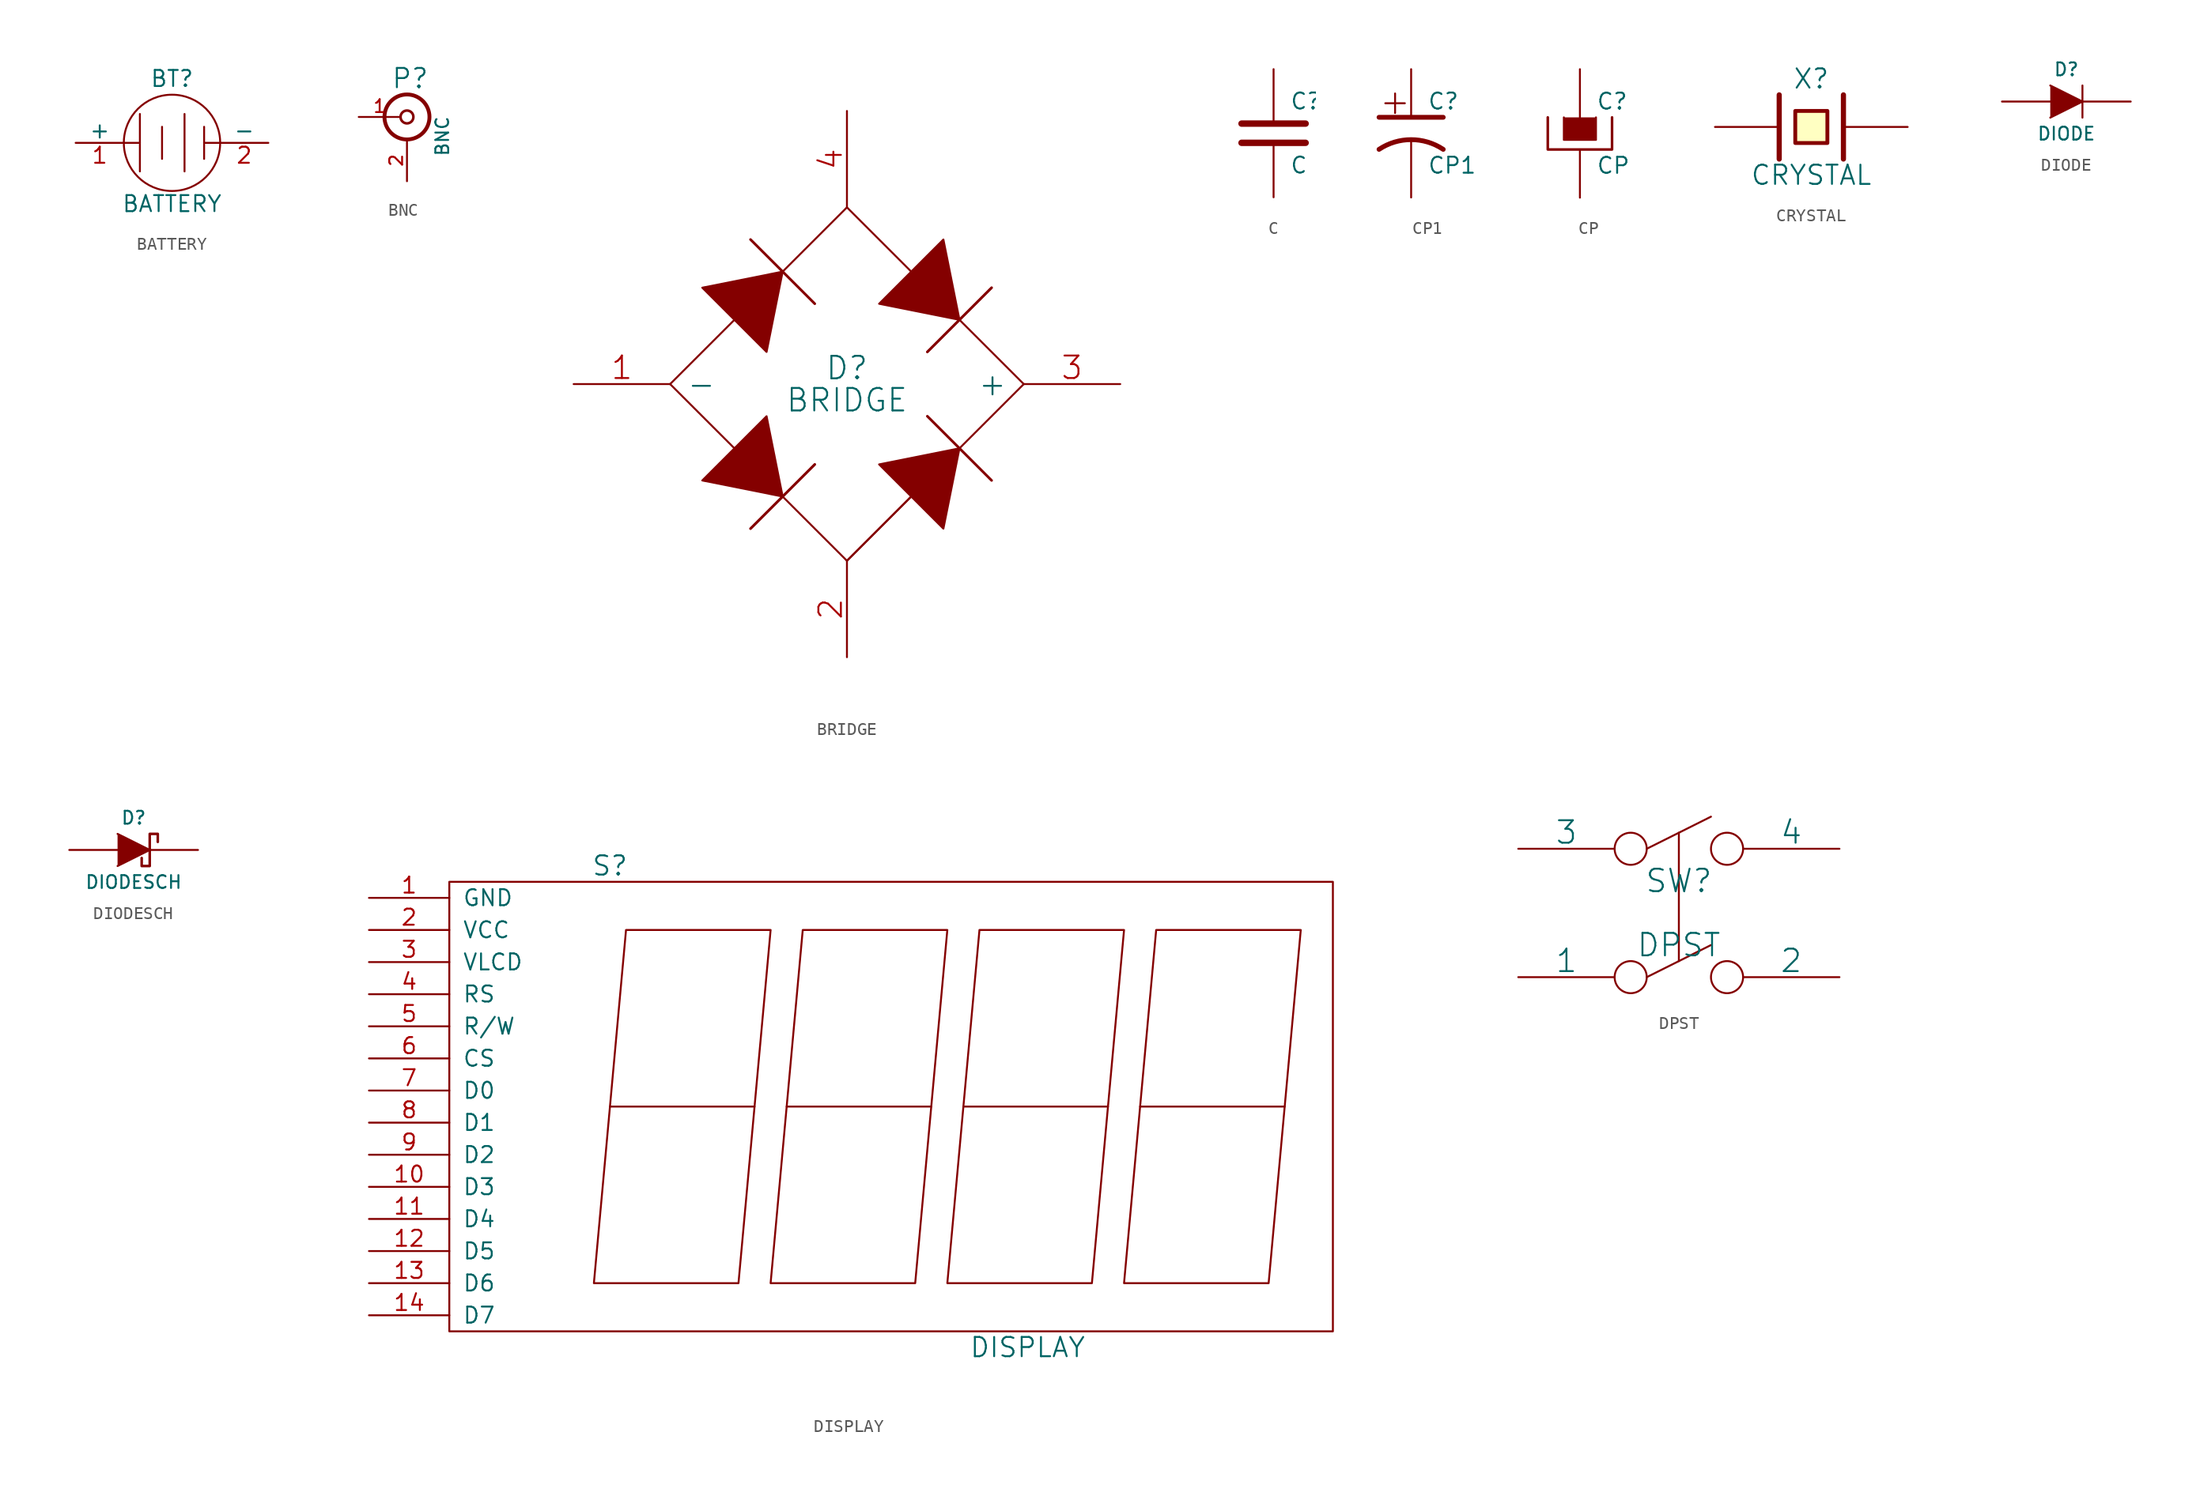
<source format=kicad_sym>
(kicad_symbol_lib
  (version 20220914)
  (generator kicad_symbol_editor)
  (symbol "BATTERY"
    (pin_names
      (offset 0))
    (property "Reference" "BT"
      (at 0 5.08 0)
      (effects (font (size 1.27 1.27))))
    (property "Value" "BATTERY"
      (at 0 -4.826 0)
      (effects (font (size 1.27 1.27))))
    (symbol "BATTERY_0_1"
      (polyline (pts (xy -2.54 0) (xy -3.81 0)) (stroke (width 0) (type solid)) (fill (type none)))
      (polyline (pts (xy -2.54 2.286) (xy -2.54 -2.261)) (stroke (width 0.152) (type solid)) (fill (type none)))
      (polyline (pts (xy -0.787 1.27) (xy -0.787 -1.27)) (stroke (width 0.152) (type solid)) (fill (type none)))
      (polyline (pts (xy 0.991 2.286) (xy 0.991 -2.261)) (stroke (width 0.152) (type solid)) (fill (type none)))
      (polyline (pts (xy 2.54 0) (xy 3.81 0)) (stroke (width 0) (type solid)) (fill (type none)))
      (polyline (pts (xy 2.54 1.27) (xy 2.54 -1.27)) (stroke (width 0.152) (type solid)) (fill (type none)))
      (circle (center 0 0) (radius 3.81) (stroke (width 0.152) (type solid)) (fill (type none))))
    (symbol "BATTERY_1_1"
      (pin passive line (at -7.62 0 0) (length 3.81) (name "+" (effects (font (size 1.27 1.27)))) (number "1" (effects (font (size 1.27 1.27)))))
      (pin passive line (at 7.62 0 180) (length 3.81) (name "-" (effects (font (size 1.27 1.27)))) (number "2" (effects (font (size 1.27 1.27)))))))
  (symbol "BNC"
    (pin_names
      (offset 1.016) hide)
    (property "Reference" "P"
      (at 0.254 3.048 0)
      (effects (font (size 1.524 1.524))))
    (property "Value" "BNC"
      (at 2.794 -1.524 90)
      (effects (font (size 1.016 1.016))))
    (symbol "BNC_0_1"
      (circle (center 0 0) (radius 0.508) (stroke (width 0.203) (type solid)) (fill (type none)))
      (circle (center 0 0) (radius 1.778) (stroke (width 0.305) (type solid)) (fill (type none))))
    (symbol "BNC_1_1"
      (pin passive line (at -3.81 0 0) (length 3.302) (name "In" (effects (font (size 1.016 1.016)))) (number "1" (effects (font (size 1.016 1.016)))))
      (pin passive line (at 0 -5.08 90) (length 3.302) (name "Ext" (effects (font (size 1.016 1.016)))) (number "2" (effects (font (size 1.016 1.016)))))))
  (symbol "BRIDGE"
    (pin_names
      (offset 1.27))
    (property "Reference" "D"
      (at 0 1.27 0)
      (effects (font (size 1.778 1.778))))
    (property "Value" "BRIDGE"
      (at 0 -1.27 0)
      (effects (font (size 1.778 1.778))))
    (symbol "BRIDGE_0_0"
      (polyline (pts (xy -13.97 0) (xy -8.89 -5.08)) (stroke (width 0.152) (type solid)) (fill (type none)))
      (polyline (pts (xy -13.97 0) (xy -8.89 5.08)) (stroke (width 0.152) (type solid)) (fill (type none)))
      (polyline (pts (xy -7.62 11.43) (xy -2.54 6.35)) (stroke (width 0.203) (type solid)) (fill (type none)))
      (polyline (pts (xy -2.54 -6.35) (xy -7.62 -11.43)) (stroke (width 0) (type solid)) (fill (type none)))
      (polyline (pts (xy -2.54 -6.35) (xy -7.62 -11.43)) (stroke (width 0.203) (type solid)) (fill (type none)))
      (polyline (pts (xy 0 -13.97) (xy 5.08 -8.89)) (stroke (width 0) (type solid)) (fill (type none)))
      (polyline (pts (xy 0 -13.97) (xy 5.08 -8.89)) (stroke (width 0.152) (type solid)) (fill (type none)))
      (polyline (pts (xy 0 13.97) (xy 5.08 8.89)) (stroke (width 0.152) (type solid)) (fill (type none)))
      (polyline (pts (xy 6.35 -2.54) (xy 11.43 -7.62)) (stroke (width 0.203) (type solid)) (fill (type none)))
      (polyline (pts (xy 8.89 5.08) (xy 13.97 0)) (stroke (width 0.152) (type solid)) (fill (type none)))
      (polyline (pts (xy 11.43 7.62) (xy 6.35 2.54)) (stroke (width 0) (type solid)) (fill (type none)))
      (polyline (pts (xy 11.43 7.62) (xy 6.35 2.54)) (stroke (width 0.203) (type solid)) (fill (type none)))
      (polyline (pts (xy 13.97 0) (xy 8.89 -5.08)) (stroke (width 0.152) (type solid)) (fill (type none)))
      (polyline (pts (xy -11.43 7.62) (xy -5.08 8.89) (xy -6.35 2.54) (xy -11.43 7.62) (xy -11.43 7.62)) (stroke (width 0) (type solid)) (fill (type outline)))
      (polyline (pts (xy -6.35 -2.54) (xy -5.08 -8.89) (xy -11.43 -7.62) (xy -6.35 -2.54) (xy -6.35 -2.54)) (stroke (width 0) (type solid)) (fill (type outline)))
      (polyline (pts (xy 2.54 -6.35) (xy 8.89 -5.08) (xy 7.62 -11.43) (xy 2.54 -6.35) (xy 2.54 -6.35)) (stroke (width 0) (type solid)) (fill (type outline)))
      (polyline (pts (xy 7.62 11.43) (xy 8.89 5.08) (xy 2.54 6.35) (xy 7.62 11.43) (xy 7.62 11.43)) (stroke (width 0) (type solid)) (fill (type outline))))
    (symbol "BRIDGE_0_1"
      (polyline (pts (xy -5.08 -8.89) (xy 0 -13.97)) (stroke (width 0.152) (type solid)) (fill (type none)))
      (polyline (pts (xy -5.08 8.89) (xy 0 13.97)) (stroke (width 0.152) (type solid)) (fill (type none))))
    (symbol "BRIDGE_1_1"
      (pin input line (at -21.59 0 0) (length 7.62) (name "-" (effects (font (size 1.778 1.778)))) (number "1" (effects (font (size 1.778 1.778)))))
      (pin input line (at 0 -21.59 90) (length 7.62) (name "~" (effects (font (size 1.778 1.778)))) (number "2" (effects (font (size 1.778 1.778)))))
      (pin input line (at 21.59 0 180) (length 7.62) (name "+" (effects (font (size 1.778 1.778)))) (number "3" (effects (font (size 1.778 1.778)))))
      (pin input line (at 0 21.59 270) (length 7.62) (name "~" (effects (font (size 1.778 1.778)))) (number "4" (effects (font (size 1.778 1.778)))))))
  (symbol "C"
    (pin_numbers hide)
    (pin_names
      (offset 0.254))
    (property "Reference" "C"
      (at 1.27 2.54 0)
      (effects (font (size 1.27 1.27)) (justify left)))
    (property "Value" "C"
      (at 1.27 -2.54 0)
      (effects (font (size 1.27 1.27)) (justify left)))
    (symbol "C_0_1"
      (polyline (pts (xy -2.54 -0.762) (xy 2.54 -0.762)) (stroke (width 0.508) (type solid)) (fill (type none)))
      (polyline (pts (xy -2.54 0.762) (xy 2.54 0.762)) (stroke (width 0.508) (type solid)) (fill (type none))))
    (symbol "C_1_1"
      (pin passive line (at 0 5.08 270) (length 4.318) (name "~" (effects (font (size 1.016 1.016)))) (number "1" (effects (font (size 1.016 1.016)))))
      (pin passive line (at 0 -5.08 90) (length 4.318) (name "~" (effects (font (size 1.016 1.016)))) (number "2" (effects (font (size 1.016 1.016)))))))
  (symbol "CP1"
    (pin_numbers hide)
    (pin_names
      (offset 0.254) hide)
    (property "Reference" "C"
      (at 1.27 2.54 0)
      (effects (font (size 1.27 1.27)) (justify left)))
    (property "Value" "CP1"
      (at 1.27 -2.54 0)
      (effects (font (size 1.27 1.27)) (justify left)))
    (symbol "CP1_0_0"
      (text "+" (at -1.27 2.54 0) (effects (font (size 2.032 2.032)))))
    (symbol "CP1_0_1"
      (polyline (pts (xy -2.54 1.27) (xy 2.54 1.27) (xy 1.27 1.27) (xy 1.27 1.27)) (stroke (width 0.381) (type solid)) (fill (type none)))
      (arc (start 2.54 -1.27) (mid 0 -0.5009) (end -2.54 -1.27) (stroke (width 0.381) (type solid)) (fill (type none))))
    (symbol "CP1_1_1"
      (pin passive line (at 0 5.08 270) (length 3.81) (name "~" (effects (font (size 1.016 1.016)))) (number "1" (effects (font (size 1.016 1.016)))))
      (pin passive line (at 0 -5.08 90) (length 4.572) (name "~" (effects (font (size 1.016 1.016)))) (number "2" (effects (font (size 1.016 1.016)))))))
  (symbol "CP"
    (pin_numbers hide)
    (pin_names
      (offset 0.254) hide)
    (property "Reference" "C"
      (at 1.27 2.54 0)
      (effects (font (size 1.27 1.27)) (justify left)))
    (property "Value" "CP"
      (at 1.27 -2.54 0)
      (effects (font (size 1.27 1.27)) (justify left)))
    (symbol "CP_0_1"
      (polyline (pts (xy -2.54 1.27) (xy -2.54 -1.27) (xy 2.54 -1.27) (xy 2.54 1.27)) (stroke (width 0.203) (type solid)) (fill (type none)))
      (polyline (pts (xy -1.27 1.27) (xy -1.27 -0.508) (xy 1.27 -0.508) (xy 1.27 1.27)) (stroke (width 0) (type solid)) (fill (type outline))))
    (symbol "CP_1_1"
      (pin passive line (at 0 5.08 270) (length 3.81) (name "~" (effects (font (size 1.016 1.016)))) (number "1" (effects (font (size 1.016 1.016)))))
      (pin passive line (at 0 -5.08 90) (length 3.81) (name "~" (effects (font (size 1.016 1.016)))) (number "2" (effects (font (size 1.016 1.016)))))))
  (symbol "CRYSTAL"
    (pin_numbers hide)
    (pin_names
      (offset 1.016) hide)
    (property "Reference" "X"
      (at 0 3.81 0)
      (effects (font (size 1.524 1.524))))
    (property "Value" "CRYSTAL"
      (at 0 -3.81 0)
      (effects (font (size 1.524 1.524))))
    (symbol "CRYSTAL_0_1"
      (polyline (pts (xy -2.54 2.54) (xy -2.54 -2.54)) (stroke (width 0.406) (type solid)) (fill (type none)))
      (polyline (pts (xy 2.54 2.54) (xy 2.54 -2.54)) (stroke (width 0.406) (type solid)) (fill (type none)))
      (polyline (pts (xy -1.27 1.27) (xy 1.27 1.27) (xy 1.27 -1.27) (xy -1.27 -1.27) (xy -1.27 1.27)) (stroke (width 0.305) (type solid)) (fill (type background))))
    (symbol "CRYSTAL_1_1"
      (pin passive line (at -7.62 0 0) (length 5.08) (name "1" (effects (font (size 1.016 1.016)))) (number "1" (effects (font (size 1.016 1.016)))))
      (pin passive line (at 7.62 0 180) (length 5.08) (name "2" (effects (font (size 1.016 1.016)))) (number "2" (effects (font (size 1.016 1.016)))))))
  (symbol "DIODE"
    (pin_numbers hide)
    (pin_names
      (offset 1.016) hide)
    (property "Reference" "D"
      (at 0 2.54 0)
      (effects (font (size 1.016 1.016))))
    (property "Value" "DIODE"
      (at 0 -2.54 0)
      (effects (font (size 1.016 1.016))))
    (symbol "DIODE_0_1"
      (polyline (pts (xy 1.27 1.27) (xy 1.27 -1.27)) (stroke (width 0.152) (type solid)) (fill (type none)))
      (polyline (pts (xy -1.27 1.27) (xy 1.27 0) (xy -1.27 -1.27)) (stroke (width 0) (type solid)) (fill (type outline))))
    (symbol "DIODE_1_1"
      (pin passive line (at -5.08 0 0) (length 3.81) (name "A" (effects (font (size 1.016 1.016)))) (number "1" (effects (font (size 1.016 1.016)))))
      (pin passive line (at 5.08 0 180) (length 3.81) (name "K" (effects (font (size 1.016 1.016)))) (number "2" (effects (font (size 1.016 1.016)))))))
  (symbol "DIODESCH"
    (pin_numbers hide)
    (pin_names
      (offset 1.016) hide)
    (property "Reference" "D"
      (at 0 2.54 0)
      (effects (font (size 1.016 1.016))))
    (property "Value" "DIODESCH"
      (at 0 -2.54 0)
      (effects (font (size 1.016 1.016))))
    (symbol "DIODESCH_0_1"
      (polyline (pts (xy -1.27 1.27) (xy 1.27 0) (xy -1.27 -1.27)) (stroke (width 0) (type solid)) (fill (type outline)))
      (polyline (pts (xy 1.905 0.635) (xy 1.905 1.27) (xy 1.27 1.27) (xy 1.27 -1.27) (xy 0.635 -1.27) (xy 0.635 -0.635)) (stroke (width 0.203) (type solid)) (fill (type none))))
    (symbol "DIODESCH_1_1"
      (pin passive line (at -5.08 0 0) (length 3.81) (name "A" (effects (font (size 1.016 1.016)))) (number "1" (effects (font (size 1.016 1.016)))))
      (pin passive line (at 5.08 0 180) (length 3.81) (name "K" (effects (font (size 1.016 1.016)))) (number "2" (effects (font (size 1.016 1.016)))))))
  (symbol "DISPLAY"
    (pin_names
      (offset 1.016))
    (property "Reference" "S"
      (at -26.67 19.05 0)
      (effects (font (size 1.524 1.524))))
    (property "Value" "DISPLAY"
      (at 6.35 -19.05 0)
      (effects (font (size 1.524 1.524))))
    (symbol "DISPLAY_0_1"
      (rectangle (start -39.37 17.78) (end 30.48 -17.78) (stroke (width 0) (type solid)) (fill (type none)))
      (polyline (pts (xy -26.67 0) (xy -15.24 0)) (stroke (width 0) (type solid)) (fill (type none)))
      (polyline (pts (xy -12.7 0) (xy -1.27 0)) (stroke (width 0) (type solid)) (fill (type none)))
      (polyline (pts (xy 1.27 0) (xy 12.7 0)) (stroke (width 0) (type solid)) (fill (type none)))
      (polyline (pts (xy 15.24 0) (xy 26.67 0)) (stroke (width 0) (type solid)) (fill (type none)))
      (polyline (pts (xy -27.94 -13.97) (xy -25.4 13.97) (xy -13.97 13.97) (xy -16.51 -13.97) (xy -27.94 -13.97)) (stroke (width 0) (type solid)) (fill (type none)))
      (polyline (pts (xy -13.97 -13.97) (xy -11.43 13.97) (xy 0 13.97) (xy -2.54 -13.97) (xy -13.97 -13.97)) (stroke (width 0) (type solid)) (fill (type none)))
      (polyline (pts (xy 0 -13.97) (xy 2.54 13.97) (xy 13.97 13.97) (xy 11.43 -13.97) (xy 0 -13.97)) (stroke (width 0) (type solid)) (fill (type none)))
      (polyline (pts (xy 16.51 13.97) (xy 13.97 -13.97) (xy 25.4 -13.97) (xy 27.94 13.97) (xy 16.51 13.97)) (stroke (width 0) (type solid)) (fill (type none))))
    (symbol "DISPLAY_1_1"
      (pin power_in line (at -45.72 16.51 0) (length 6.35) (name "GND" (effects (font (size 1.27 1.27)))) (number "1" (effects (font (size 1.27 1.27)))))
      (pin tri_state line (at -45.72 -6.35 0) (length 6.35) (name "D3" (effects (font (size 1.27 1.27)))) (number "10" (effects (font (size 1.27 1.27)))))
      (pin tri_state line (at -45.72 -8.89 0) (length 6.35) (name "D4" (effects (font (size 1.27 1.27)))) (number "11" (effects (font (size 1.27 1.27)))))
      (pin tri_state line (at -45.72 -11.43 0) (length 6.35) (name "D5" (effects (font (size 1.27 1.27)))) (number "12" (effects (font (size 1.27 1.27)))))
      (pin tri_state line (at -45.72 -13.97 0) (length 6.35) (name "D6" (effects (font (size 1.27 1.27)))) (number "13" (effects (font (size 1.27 1.27)))))
      (pin tri_state line (at -45.72 -16.51 0) (length 6.35) (name "D7" (effects (font (size 1.27 1.27)))) (number "14" (effects (font (size 1.27 1.27)))))
      (pin power_in line (at -45.72 13.97 0) (length 6.35) (name "VCC" (effects (font (size 1.27 1.27)))) (number "2" (effects (font (size 1.27 1.27)))))
      (pin input line (at -45.72 11.43 0) (length 6.35) (name "VLCD" (effects (font (size 1.27 1.27)))) (number "3" (effects (font (size 1.27 1.27)))))
      (pin input line (at -45.72 8.89 0) (length 6.35) (name "RS" (effects (font (size 1.27 1.27)))) (number "4" (effects (font (size 1.27 1.27)))))
      (pin input line (at -45.72 6.35 0) (length 6.35) (name "R/W" (effects (font (size 1.27 1.27)))) (number "5" (effects (font (size 1.27 1.27)))))
      (pin input line (at -45.72 3.81 0) (length 6.35) (name "CS" (effects (font (size 1.27 1.27)))) (number "6" (effects (font (size 1.27 1.27)))))
      (pin tri_state line (at -45.72 1.27 0) (length 6.35) (name "D0" (effects (font (size 1.27 1.27)))) (number "7" (effects (font (size 1.27 1.27)))))
      (pin tri_state line (at -45.72 -1.27 0) (length 6.35) (name "D1" (effects (font (size 1.27 1.27)))) (number "8" (effects (font (size 1.27 1.27)))))
      (pin tri_state line (at -45.72 -3.81 0) (length 6.35) (name "D2" (effects (font (size 1.27 1.27)))) (number "9" (effects (font (size 1.27 1.27)))))))
  (symbol "DPST"
    (pin_numbers hide)
    (pin_names
      (offset 0))
    (property "Reference" "SW"
      (at 0 2.54 0)
      (effects (font (size 1.778 1.778))))
    (property "Value" "DPST"
      (at 0 -2.54 0)
      (effects (font (size 1.778 1.778))))
    (symbol "DPST_0_0"
      (circle (center -3.81 -5.08) (radius 1.27) (stroke (width 0) (type solid)) (fill (type none)))
      (circle (center -3.81 5.08) (radius 1.27) (stroke (width 0) (type solid)) (fill (type none)))
      (polyline (pts (xy -2.54 -5.08) (xy 2.54 -2.54)) (stroke (width 0) (type solid)) (fill (type none)))
      (polyline (pts (xy -2.54 5.08) (xy 2.54 7.62)) (stroke (width 0) (type solid)) (fill (type none)))
      (polyline (pts (xy 0 6.35) (xy 0 -3.81)) (stroke (width 0) (type solid)) (fill (type none)))
      (circle (center 3.81 -5.08) (radius 1.27) (stroke (width 0) (type solid)) (fill (type none)))
      (circle (center 3.81 5.08) (radius 1.27) (stroke (width 0) (type solid)) (fill (type none))))
    (symbol "DPST_1_1"
      (pin input line (at -12.7 -5.08 0) (length 7.62) (name "1" (effects (font (size 1.778 1.778)))) (number "1" (effects (font (size 1.778 1.778)))))
      (pin input line (at 12.7 -5.08 180) (length 7.62) (name "2" (effects (font (size 1.778 1.778)))) (number "2" (effects (font (size 1.778 1.778)))))
      (pin input line (at -12.7 5.08 0) (length 7.62) (name "3" (effects (font (size 1.778 1.778)))) (number "3" (effects (font (size 1.778 1.778)))))
      (pin input line (at 12.7 5.08 180) (length 7.62) (name "4" (effects (font (size 1.778 1.778)))) (number "4" (effects (font (size 1.778 1.778))))))))
</source>
